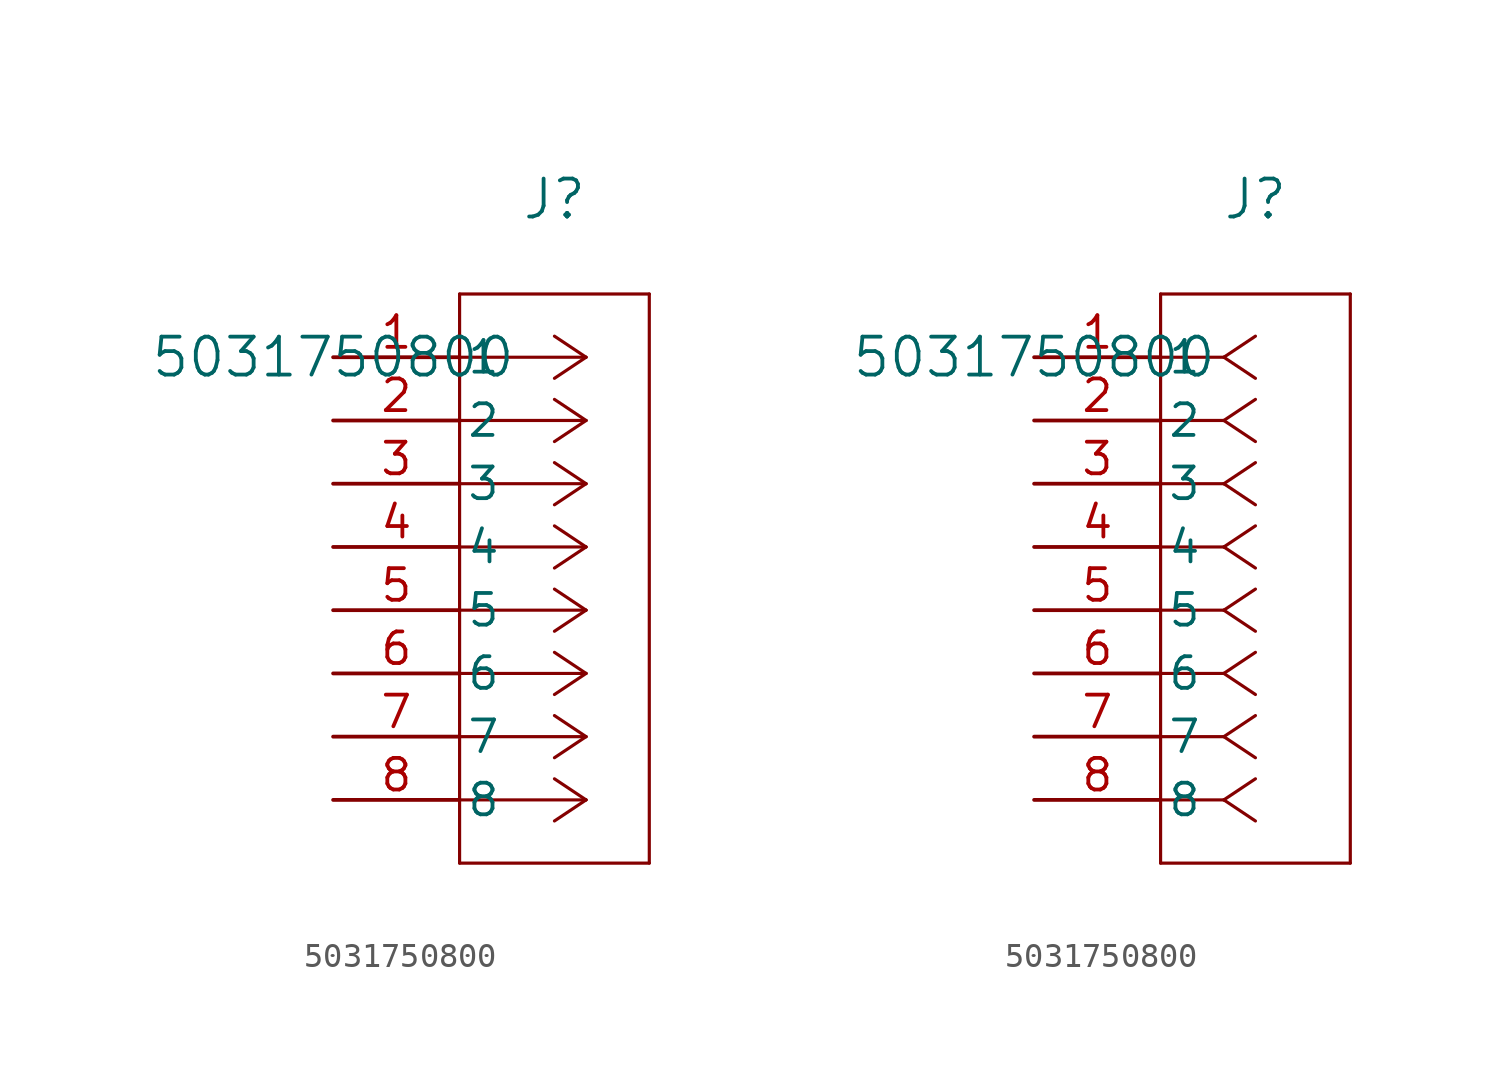
<source format=kicad_sym>
(kicad_symbol_lib
  (version 20211014)
  (generator kicad_symbol_editor)
  (symbol "5031750800"
    (pin_names
      (offset 0.254))
    (property "Reference" "J"
      (at 8.89 6.35 0)
      (effects (font (size 1.524 1.524))))
    (property "Value" "5031750800"
      (at 0 0 0)
      (effects (font (size 1.524 1.524))))
    (symbol "5031750800_1_1"
      (polyline (pts (xy 10.16 0) (xy 5.08 0)) (stroke (width 0.127) (type default) (color 0 0 0 0)) (fill (type none)))
      (polyline (pts (xy 10.16 -2.54) (xy 5.08 -2.54)) (stroke (width 0.127) (type default) (color 0 0 0 0)) (fill (type none)))
      (polyline (pts (xy 10.16 -5.08) (xy 5.08 -5.08)) (stroke (width 0.127) (type default) (color 0 0 0 0)) (fill (type none)))
      (polyline (pts (xy 10.16 -7.62) (xy 5.08 -7.62)) (stroke (width 0.127) (type default) (color 0 0 0 0)) (fill (type none)))
      (polyline (pts (xy 10.16 -10.16) (xy 5.08 -10.16)) (stroke (width 0.127) (type default) (color 0 0 0 0)) (fill (type none)))
      (polyline (pts (xy 10.16 -12.7) (xy 5.08 -12.7)) (stroke (width 0.127) (type default) (color 0 0 0 0)) (fill (type none)))
      (polyline (pts (xy 10.16 -15.24) (xy 5.08 -15.24)) (stroke (width 0.127) (type default) (color 0 0 0 0)) (fill (type none)))
      (polyline (pts (xy 10.16 -17.78) (xy 5.08 -17.78)) (stroke (width 0.127) (type default) (color 0 0 0 0)) (fill (type none)))
      (polyline (pts (xy 10.16 0) (xy 8.89 0.847)) (stroke (width 0.127) (type default) (color 0 0 0 0)) (fill (type none)))
      (polyline (pts (xy 10.16 -2.54) (xy 8.89 -1.693)) (stroke (width 0.127) (type default) (color 0 0 0 0)) (fill (type none)))
      (polyline (pts (xy 10.16 -5.08) (xy 8.89 -4.233)) (stroke (width 0.127) (type default) (color 0 0 0 0)) (fill (type none)))
      (polyline (pts (xy 10.16 -7.62) (xy 8.89 -6.773)) (stroke (width 0.127) (type default) (color 0 0 0 0)) (fill (type none)))
      (polyline (pts (xy 10.16 -10.16) (xy 8.89 -9.313)) (stroke (width 0.127) (type default) (color 0 0 0 0)) (fill (type none)))
      (polyline (pts (xy 10.16 -12.7) (xy 8.89 -11.853)) (stroke (width 0.127) (type default) (color 0 0 0 0)) (fill (type none)))
      (polyline (pts (xy 10.16 -15.24) (xy 8.89 -14.393)) (stroke (width 0.127) (type default) (color 0 0 0 0)) (fill (type none)))
      (polyline (pts (xy 10.16 -17.78) (xy 8.89 -16.933)) (stroke (width 0.127) (type default) (color 0 0 0 0)) (fill (type none)))
      (polyline (pts (xy 10.16 0) (xy 8.89 -0.847)) (stroke (width 0.127) (type default) (color 0 0 0 0)) (fill (type none)))
      (polyline (pts (xy 10.16 -2.54) (xy 8.89 -3.387)) (stroke (width 0.127) (type default) (color 0 0 0 0)) (fill (type none)))
      (polyline (pts (xy 10.16 -5.08) (xy 8.89 -5.927)) (stroke (width 0.127) (type default) (color 0 0 0 0)) (fill (type none)))
      (polyline (pts (xy 10.16 -7.62) (xy 8.89 -8.467)) (stroke (width 0.127) (type default) (color 0 0 0 0)) (fill (type none)))
      (polyline (pts (xy 10.16 -10.16) (xy 8.89 -11.007)) (stroke (width 0.127) (type default) (color 0 0 0 0)) (fill (type none)))
      (polyline (pts (xy 10.16 -12.7) (xy 8.89 -13.547)) (stroke (width 0.127) (type default) (color 0 0 0 0)) (fill (type none)))
      (polyline (pts (xy 10.16 -15.24) (xy 8.89 -16.087)) (stroke (width 0.127) (type default) (color 0 0 0 0)) (fill (type none)))
      (polyline (pts (xy 10.16 -17.78) (xy 8.89 -18.627)) (stroke (width 0.127) (type default) (color 0 0 0 0)) (fill (type none)))
      (polyline (pts (xy 5.08 2.54) (xy 5.08 -20.32)) (stroke (width 0.127) (type default) (color 0 0 0 0)) (fill (type none)))
      (polyline (pts (xy 5.08 -20.32) (xy 12.7 -20.32)) (stroke (width 0.127) (type default) (color 0 0 0 0)) (fill (type none)))
      (polyline (pts (xy 12.7 -20.32) (xy 12.7 2.54)) (stroke (width 0.127) (type default) (color 0 0 0 0)) (fill (type none)))
      (polyline (pts (xy 12.7 2.54) (xy 5.08 2.54)) (stroke (width 0.127) (type default) (color 0 0 0 0)) (fill (type none)))
      (pin unspecified line (at 0 0 0) (length 5.08) (name "1" (effects (font (size 1.27 1.27)))) (number "1" (effects (font (size 1.27 1.27)))))
      (pin unspecified line (at 0 -2.54 0) (length 5.08) (name "2" (effects (font (size 1.27 1.27)))) (number "2" (effects (font (size 1.27 1.27)))))
      (pin unspecified line (at 0 -5.08 0) (length 5.08) (name "3" (effects (font (size 1.27 1.27)))) (number "3" (effects (font (size 1.27 1.27)))))
      (pin unspecified line (at 0 -7.62 0) (length 5.08) (name "4" (effects (font (size 1.27 1.27)))) (number "4" (effects (font (size 1.27 1.27)))))
      (pin unspecified line (at 0 -10.16 0) (length 5.08) (name "5" (effects (font (size 1.27 1.27)))) (number "5" (effects (font (size 1.27 1.27)))))
      (pin unspecified line (at 0 -12.7 0) (length 5.08) (name "6" (effects (font (size 1.27 1.27)))) (number "6" (effects (font (size 1.27 1.27)))))
      (pin unspecified line (at 0 -15.24 0) (length 5.08) (name "7" (effects (font (size 1.27 1.27)))) (number "7" (effects (font (size 1.27 1.27)))))
      (pin unspecified line (at 0 -17.78 0) (length 5.08) (name "8" (effects (font (size 1.27 1.27)))) (number "8" (effects (font (size 1.27 1.27))))))
    (symbol "5031750800_1_2"
      (polyline (pts (xy 7.62 0) (xy 5.08 0)) (stroke (width 0.127) (type default) (color 0 0 0 0)) (fill (type none)))
      (polyline (pts (xy 7.62 -2.54) (xy 5.08 -2.54)) (stroke (width 0.127) (type default) (color 0 0 0 0)) (fill (type none)))
      (polyline (pts (xy 7.62 -5.08) (xy 5.08 -5.08)) (stroke (width 0.127) (type default) (color 0 0 0 0)) (fill (type none)))
      (polyline (pts (xy 7.62 -7.62) (xy 5.08 -7.62)) (stroke (width 0.127) (type default) (color 0 0 0 0)) (fill (type none)))
      (polyline (pts (xy 7.62 -10.16) (xy 5.08 -10.16)) (stroke (width 0.127) (type default) (color 0 0 0 0)) (fill (type none)))
      (polyline (pts (xy 7.62 -12.7) (xy 5.08 -12.7)) (stroke (width 0.127) (type default) (color 0 0 0 0)) (fill (type none)))
      (polyline (pts (xy 7.62 -15.24) (xy 5.08 -15.24)) (stroke (width 0.127) (type default) (color 0 0 0 0)) (fill (type none)))
      (polyline (pts (xy 7.62 -17.78) (xy 5.08 -17.78)) (stroke (width 0.127) (type default) (color 0 0 0 0)) (fill (type none)))
      (polyline (pts (xy 7.62 0) (xy 8.89 0.847)) (stroke (width 0.127) (type default) (color 0 0 0 0)) (fill (type none)))
      (polyline (pts (xy 7.62 -2.54) (xy 8.89 -1.693)) (stroke (width 0.127) (type default) (color 0 0 0 0)) (fill (type none)))
      (polyline (pts (xy 7.62 -5.08) (xy 8.89 -4.233)) (stroke (width 0.127) (type default) (color 0 0 0 0)) (fill (type none)))
      (polyline (pts (xy 7.62 -7.62) (xy 8.89 -6.773)) (stroke (width 0.127) (type default) (color 0 0 0 0)) (fill (type none)))
      (polyline (pts (xy 7.62 -10.16) (xy 8.89 -9.313)) (stroke (width 0.127) (type default) (color 0 0 0 0)) (fill (type none)))
      (polyline (pts (xy 7.62 -12.7) (xy 8.89 -11.853)) (stroke (width 0.127) (type default) (color 0 0 0 0)) (fill (type none)))
      (polyline (pts (xy 7.62 -15.24) (xy 8.89 -14.393)) (stroke (width 0.127) (type default) (color 0 0 0 0)) (fill (type none)))
      (polyline (pts (xy 7.62 -17.78) (xy 8.89 -16.933)) (stroke (width 0.127) (type default) (color 0 0 0 0)) (fill (type none)))
      (polyline (pts (xy 7.62 0) (xy 8.89 -0.847)) (stroke (width 0.127) (type default) (color 0 0 0 0)) (fill (type none)))
      (polyline (pts (xy 7.62 -2.54) (xy 8.89 -3.387)) (stroke (width 0.127) (type default) (color 0 0 0 0)) (fill (type none)))
      (polyline (pts (xy 7.62 -5.08) (xy 8.89 -5.927)) (stroke (width 0.127) (type default) (color 0 0 0 0)) (fill (type none)))
      (polyline (pts (xy 7.62 -7.62) (xy 8.89 -8.467)) (stroke (width 0.127) (type default) (color 0 0 0 0)) (fill (type none)))
      (polyline (pts (xy 7.62 -10.16) (xy 8.89 -11.007)) (stroke (width 0.127) (type default) (color 0 0 0 0)) (fill (type none)))
      (polyline (pts (xy 7.62 -12.7) (xy 8.89 -13.547)) (stroke (width 0.127) (type default) (color 0 0 0 0)) (fill (type none)))
      (polyline (pts (xy 7.62 -15.24) (xy 8.89 -16.087)) (stroke (width 0.127) (type default) (color 0 0 0 0)) (fill (type none)))
      (polyline (pts (xy 7.62 -17.78) (xy 8.89 -18.627)) (stroke (width 0.127) (type default) (color 0 0 0 0)) (fill (type none)))
      (polyline (pts (xy 5.08 2.54) (xy 5.08 -20.32)) (stroke (width 0.127) (type default) (color 0 0 0 0)) (fill (type none)))
      (polyline (pts (xy 5.08 -20.32) (xy 12.7 -20.32)) (stroke (width 0.127) (type default) (color 0 0 0 0)) (fill (type none)))
      (polyline (pts (xy 12.7 -20.32) (xy 12.7 2.54)) (stroke (width 0.127) (type default) (color 0 0 0 0)) (fill (type none)))
      (polyline (pts (xy 12.7 2.54) (xy 5.08 2.54)) (stroke (width 0.127) (type default) (color 0 0 0 0)) (fill (type none)))
      (pin unspecified line (at 0 0 0) (length 5.08) (name "1" (effects (font (size 1.27 1.27)))) (number "1" (effects (font (size 1.27 1.27)))))
      (pin unspecified line (at 0 -2.54 0) (length 5.08) (name "2" (effects (font (size 1.27 1.27)))) (number "2" (effects (font (size 1.27 1.27)))))
      (pin unspecified line (at 0 -5.08 0) (length 5.08) (name "3" (effects (font (size 1.27 1.27)))) (number "3" (effects (font (size 1.27 1.27)))))
      (pin unspecified line (at 0 -7.62 0) (length 5.08) (name "4" (effects (font (size 1.27 1.27)))) (number "4" (effects (font (size 1.27 1.27)))))
      (pin unspecified line (at 0 -10.16 0) (length 5.08) (name "5" (effects (font (size 1.27 1.27)))) (number "5" (effects (font (size 1.27 1.27)))))
      (pin unspecified line (at 0 -12.7 0) (length 5.08) (name "6" (effects (font (size 1.27 1.27)))) (number "6" (effects (font (size 1.27 1.27)))))
      (pin unspecified line (at 0 -15.24 0) (length 5.08) (name "7" (effects (font (size 1.27 1.27)))) (number "7" (effects (font (size 1.27 1.27)))))
      (pin unspecified line (at 0 -17.78 0) (length 5.08) (name "8" (effects (font (size 1.27 1.27)))) (number "8" (effects (font (size 1.27 1.27))))))))
</source>
